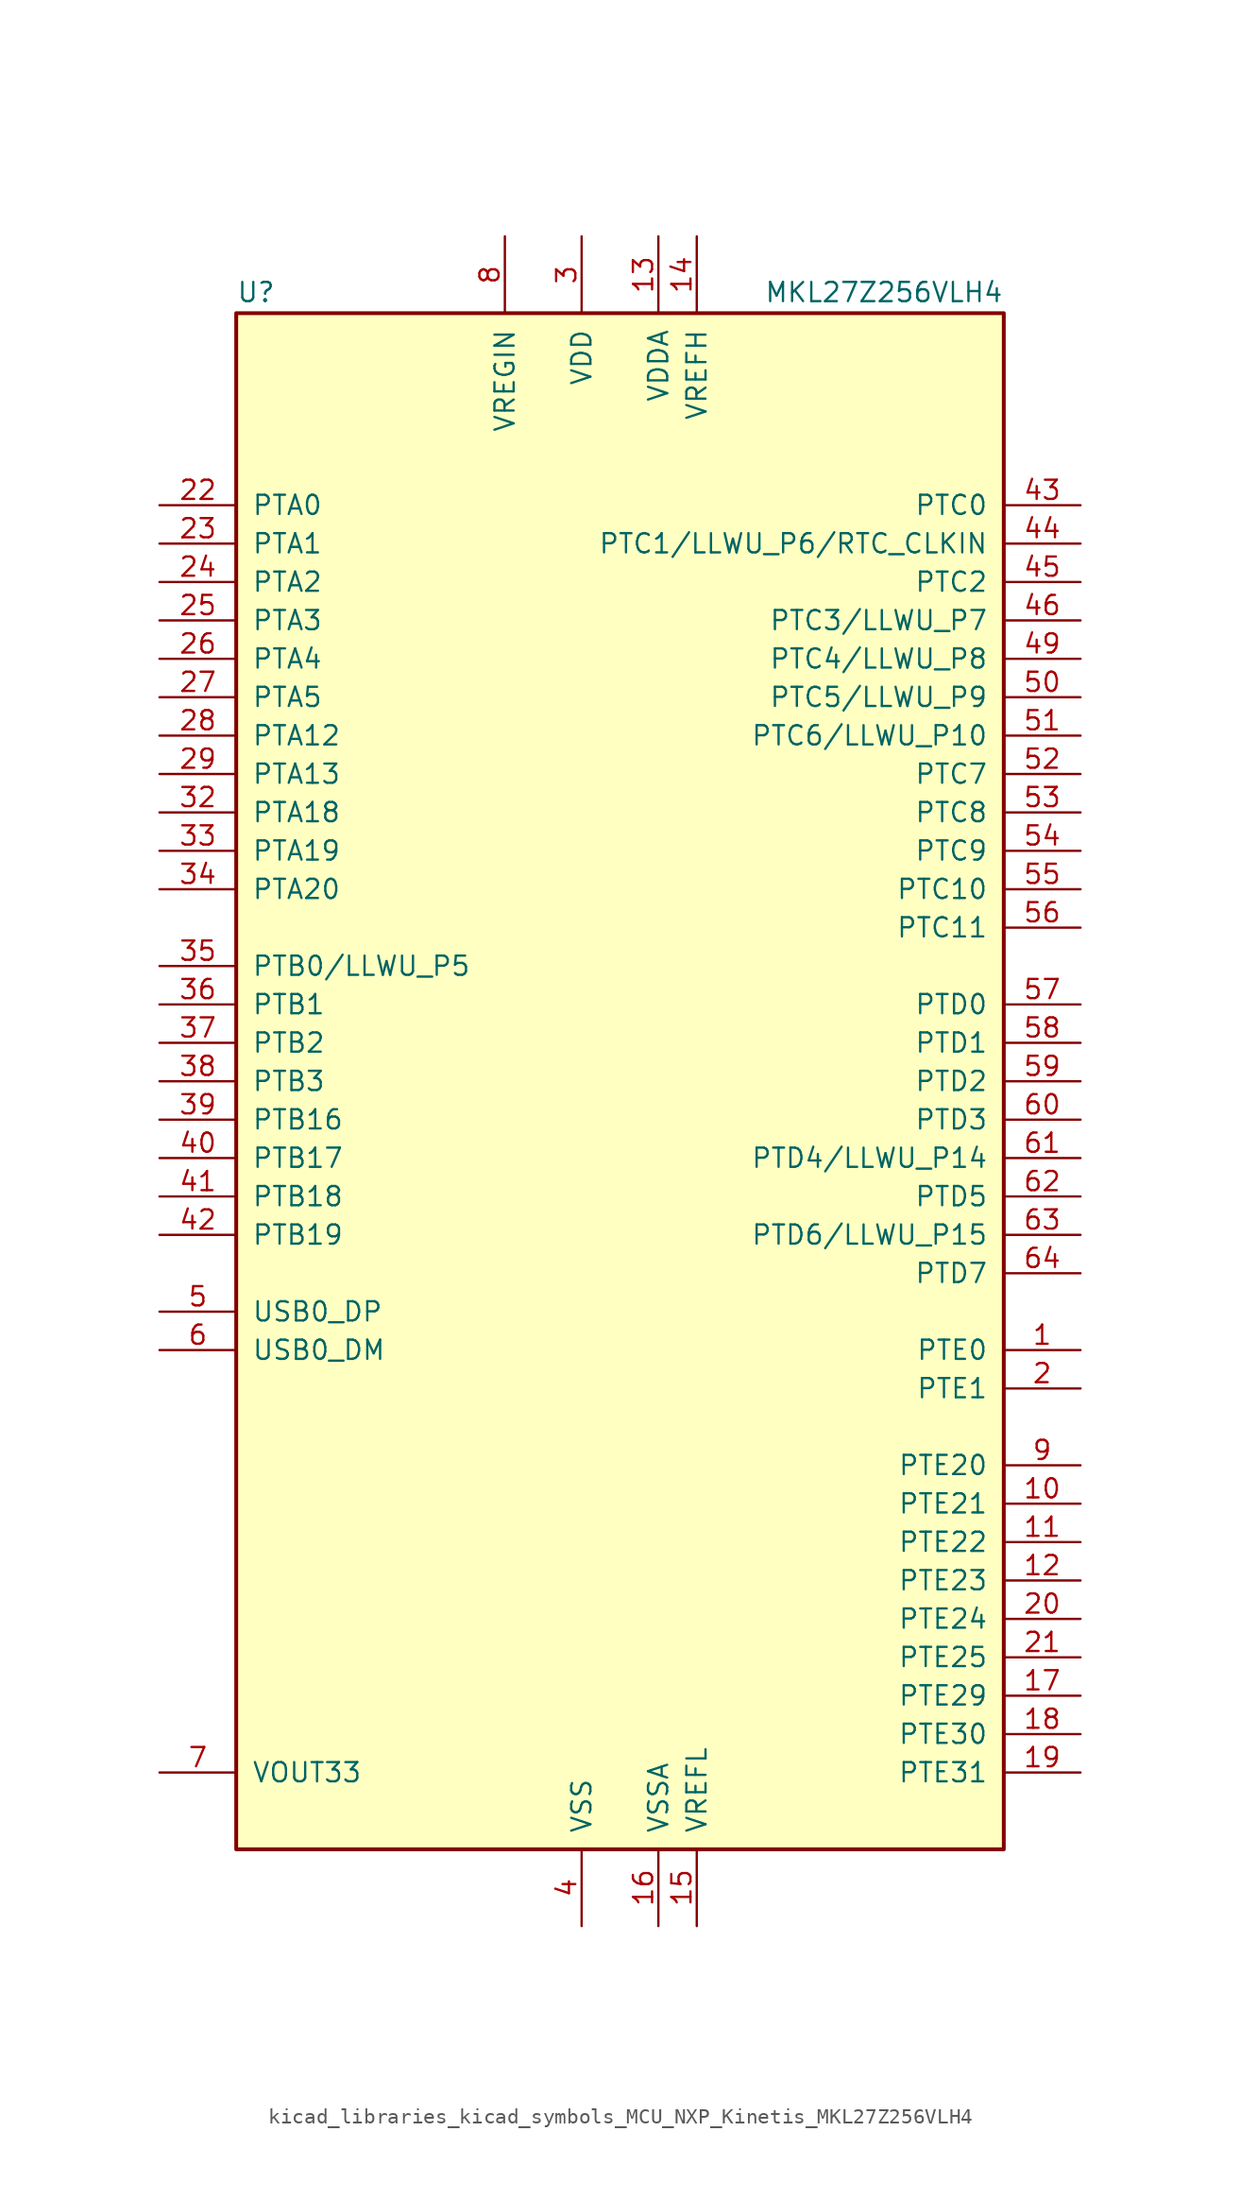
<source format=kicad_sym>
(kicad_symbol_lib
  (version 20220914)
  (generator kicad_symbol_editor)
  (symbol "kicad_libraries_kicad_symbols_MCU_NXP_Kinetis_MKL27Z256VLH4"
    (pin_names
      (offset 1.016))
    (property "Reference" "U"
      (at -25.4 51.435 0)
      (effects (font (size 1.27 1.27)) (justify left bottom)))
    (property "Value" "MKL27Z256VLH4"
      (at 25.4 51.435 0)
      (effects (font (size 1.27 1.27)) (justify right bottom)))
    (symbol "kicad_libraries_kicad_symbols_MCU_NXP_Kinetis_MKL27Z256VLH4_0_1"
      (rectangle (start -25.4 50.8) (end 25.4 -50.8) (stroke (width 0.254) (type default)) (fill (type background))))
    (symbol "kicad_libraries_kicad_symbols_MCU_NXP_Kinetis_MKL27Z256VLH4_1_1"
      (pin bidirectional line (at 30.48 -17.78 180) (length 5.08) (name "PTE0" (effects (font (size 1.27 1.27)))) (number "1" (effects (font (size 1.27 1.27)))))
      (pin bidirectional line (at 30.48 -27.94 180) (length 5.08) (name "PTE21" (effects (font (size 1.27 1.27)))) (number "10" (effects (font (size 1.27 1.27)))))
      (pin bidirectional line (at 30.48 -30.48 180) (length 5.08) (name "PTE22" (effects (font (size 1.27 1.27)))) (number "11" (effects (font (size 1.27 1.27)))))
      (pin bidirectional line (at 30.48 -33.02 180) (length 5.08) (name "PTE23" (effects (font (size 1.27 1.27)))) (number "12" (effects (font (size 1.27 1.27)))))
      (pin power_in line (at 2.54 55.88 270) (length 5.08) (name "VDDA" (effects (font (size 1.27 1.27)))) (number "13" (effects (font (size 1.27 1.27)))))
      (pin power_in line (at 5.08 55.88 270) (length 5.08) (name "VREFH" (effects (font (size 1.27 1.27)))) (number "14" (effects (font (size 1.27 1.27)))))
      (pin power_in line (at 5.08 -55.88 90) (length 5.08) (name "VREFL" (effects (font (size 1.27 1.27)))) (number "15" (effects (font (size 1.27 1.27)))))
      (pin power_in line (at 2.54 -55.88 90) (length 5.08) (name "VSSA" (effects (font (size 1.27 1.27)))) (number "16" (effects (font (size 1.27 1.27)))))
      (pin bidirectional line (at 30.48 -40.64 180) (length 5.08) (name "PTE29" (effects (font (size 1.27 1.27)))) (number "17" (effects (font (size 1.27 1.27)))))
      (pin bidirectional line (at 30.48 -43.18 180) (length 5.08) (name "PTE30" (effects (font (size 1.27 1.27)))) (number "18" (effects (font (size 1.27 1.27)))))
      (pin bidirectional line (at 30.48 -45.72 180) (length 5.08) (name "PTE31" (effects (font (size 1.27 1.27)))) (number "19" (effects (font (size 1.27 1.27)))))
      (pin bidirectional line (at 30.48 -20.32 180) (length 5.08) (name "PTE1" (effects (font (size 1.27 1.27)))) (number "2" (effects (font (size 1.27 1.27)))))
      (pin bidirectional line (at 30.48 -35.56 180) (length 5.08) (name "PTE24" (effects (font (size 1.27 1.27)))) (number "20" (effects (font (size 1.27 1.27)))))
      (pin bidirectional line (at 30.48 -38.1 180) (length 5.08) (name "PTE25" (effects (font (size 1.27 1.27)))) (number "21" (effects (font (size 1.27 1.27)))))
      (pin bidirectional line (at -30.48 38.1 0) (length 5.08) (name "PTA0" (effects (font (size 1.27 1.27)))) (number "22" (effects (font (size 1.27 1.27)))))
      (pin bidirectional line (at -30.48 35.56 0) (length 5.08) (name "PTA1" (effects (font (size 1.27 1.27)))) (number "23" (effects (font (size 1.27 1.27)))))
      (pin bidirectional line (at -30.48 33.02 0) (length 5.08) (name "PTA2" (effects (font (size 1.27 1.27)))) (number "24" (effects (font (size 1.27 1.27)))))
      (pin bidirectional line (at -30.48 30.48 0) (length 5.08) (name "PTA3" (effects (font (size 1.27 1.27)))) (number "25" (effects (font (size 1.27 1.27)))))
      (pin bidirectional line (at -30.48 27.94 0) (length 5.08) (name "PTA4" (effects (font (size 1.27 1.27)))) (number "26" (effects (font (size 1.27 1.27)))))
      (pin bidirectional line (at -30.48 25.4 0) (length 5.08) (name "PTA5" (effects (font (size 1.27 1.27)))) (number "27" (effects (font (size 1.27 1.27)))))
      (pin bidirectional line (at -30.48 22.86 0) (length 5.08) (name "PTA12" (effects (font (size 1.27 1.27)))) (number "28" (effects (font (size 1.27 1.27)))))
      (pin bidirectional line (at -30.48 20.32 0) (length 5.08) (name "PTA13" (effects (font (size 1.27 1.27)))) (number "29" (effects (font (size 1.27 1.27)))))
      (pin power_in line (at -2.54 55.88 270) (length 5.08) (name "VDD" (effects (font (size 1.27 1.27)))) (number "3" (effects (font (size 1.27 1.27)))))
      (pin passive line (at -2.54 55.88 270) (length 5.08) hide (name "VDD" (effects (font (size 1.27 1.27)))) (number "30" (effects (font (size 1.27 1.27)))))
      (pin passive line (at -2.54 -55.88 90) (length 5.08) hide (name "VSS" (effects (font (size 1.27 1.27)))) (number "31" (effects (font (size 1.27 1.27)))))
      (pin bidirectional line (at -30.48 17.78 0) (length 5.08) (name "PTA18" (effects (font (size 1.27 1.27)))) (number "32" (effects (font (size 1.27 1.27)))))
      (pin bidirectional line (at -30.48 15.24 0) (length 5.08) (name "PTA19" (effects (font (size 1.27 1.27)))) (number "33" (effects (font (size 1.27 1.27)))))
      (pin bidirectional line (at -30.48 12.7 0) (length 5.08) (name "PTA20" (effects (font (size 1.27 1.27)))) (number "34" (effects (font (size 1.27 1.27)))))
      (pin bidirectional line (at -30.48 7.62 0) (length 5.08) (name "PTB0/LLWU_P5" (effects (font (size 1.27 1.27)))) (number "35" (effects (font (size 1.27 1.27)))))
      (pin bidirectional line (at -30.48 5.08 0) (length 5.08) (name "PTB1" (effects (font (size 1.27 1.27)))) (number "36" (effects (font (size 1.27 1.27)))))
      (pin bidirectional line (at -30.48 2.54 0) (length 5.08) (name "PTB2" (effects (font (size 1.27 1.27)))) (number "37" (effects (font (size 1.27 1.27)))))
      (pin bidirectional line (at -30.48 0 0) (length 5.08) (name "PTB3" (effects (font (size 1.27 1.27)))) (number "38" (effects (font (size 1.27 1.27)))))
      (pin bidirectional line (at -30.48 -2.54 0) (length 5.08) (name "PTB16" (effects (font (size 1.27 1.27)))) (number "39" (effects (font (size 1.27 1.27)))))
      (pin power_in line (at -2.54 -55.88 90) (length 5.08) (name "VSS" (effects (font (size 1.27 1.27)))) (number "4" (effects (font (size 1.27 1.27)))))
      (pin bidirectional line (at -30.48 -5.08 0) (length 5.08) (name "PTB17" (effects (font (size 1.27 1.27)))) (number "40" (effects (font (size 1.27 1.27)))))
      (pin bidirectional line (at -30.48 -7.62 0) (length 5.08) (name "PTB18" (effects (font (size 1.27 1.27)))) (number "41" (effects (font (size 1.27 1.27)))))
      (pin bidirectional line (at -30.48 -10.16 0) (length 5.08) (name "PTB19" (effects (font (size 1.27 1.27)))) (number "42" (effects (font (size 1.27 1.27)))))
      (pin bidirectional line (at 30.48 38.1 180) (length 5.08) (name "PTC0" (effects (font (size 1.27 1.27)))) (number "43" (effects (font (size 1.27 1.27)))))
      (pin bidirectional line (at 30.48 35.56 180) (length 5.08) (name "PTC1/LLWU_P6/RTC_CLKIN" (effects (font (size 1.27 1.27)))) (number "44" (effects (font (size 1.27 1.27)))))
      (pin bidirectional line (at 30.48 33.02 180) (length 5.08) (name "PTC2" (effects (font (size 1.27 1.27)))) (number "45" (effects (font (size 1.27 1.27)))))
      (pin bidirectional line (at 30.48 30.48 180) (length 5.08) (name "PTC3/LLWU_P7" (effects (font (size 1.27 1.27)))) (number "46" (effects (font (size 1.27 1.27)))))
      (pin passive line (at -2.54 -55.88 90) (length 5.08) hide (name "VSS" (effects (font (size 1.27 1.27)))) (number "47" (effects (font (size 1.27 1.27)))))
      (pin passive line (at -2.54 55.88 270) (length 5.08) hide (name "VDD" (effects (font (size 1.27 1.27)))) (number "48" (effects (font (size 1.27 1.27)))))
      (pin bidirectional line (at 30.48 27.94 180) (length 5.08) (name "PTC4/LLWU_P8" (effects (font (size 1.27 1.27)))) (number "49" (effects (font (size 1.27 1.27)))))
      (pin bidirectional line (at -30.48 -15.24 0) (length 5.08) (name "USB0_DP" (effects (font (size 1.27 1.27)))) (number "5" (effects (font (size 1.27 1.27)))))
      (pin bidirectional line (at 30.48 25.4 180) (length 5.08) (name "PTC5/LLWU_P9" (effects (font (size 1.27 1.27)))) (number "50" (effects (font (size 1.27 1.27)))))
      (pin bidirectional line (at 30.48 22.86 180) (length 5.08) (name "PTC6/LLWU_P10" (effects (font (size 1.27 1.27)))) (number "51" (effects (font (size 1.27 1.27)))))
      (pin bidirectional line (at 30.48 20.32 180) (length 5.08) (name "PTC7" (effects (font (size 1.27 1.27)))) (number "52" (effects (font (size 1.27 1.27)))))
      (pin bidirectional line (at 30.48 17.78 180) (length 5.08) (name "PTC8" (effects (font (size 1.27 1.27)))) (number "53" (effects (font (size 1.27 1.27)))))
      (pin bidirectional line (at 30.48 15.24 180) (length 5.08) (name "PTC9" (effects (font (size 1.27 1.27)))) (number "54" (effects (font (size 1.27 1.27)))))
      (pin bidirectional line (at 30.48 12.7 180) (length 5.08) (name "PTC10" (effects (font (size 1.27 1.27)))) (number "55" (effects (font (size 1.27 1.27)))))
      (pin bidirectional line (at 30.48 10.16 180) (length 5.08) (name "PTC11" (effects (font (size 1.27 1.27)))) (number "56" (effects (font (size 1.27 1.27)))))
      (pin bidirectional line (at 30.48 5.08 180) (length 5.08) (name "PTD0" (effects (font (size 1.27 1.27)))) (number "57" (effects (font (size 1.27 1.27)))))
      (pin bidirectional line (at 30.48 2.54 180) (length 5.08) (name "PTD1" (effects (font (size 1.27 1.27)))) (number "58" (effects (font (size 1.27 1.27)))))
      (pin bidirectional line (at 30.48 0 180) (length 5.08) (name "PTD2" (effects (font (size 1.27 1.27)))) (number "59" (effects (font (size 1.27 1.27)))))
      (pin bidirectional line (at -30.48 -17.78 0) (length 5.08) (name "USB0_DM" (effects (font (size 1.27 1.27)))) (number "6" (effects (font (size 1.27 1.27)))))
      (pin bidirectional line (at 30.48 -2.54 180) (length 5.08) (name "PTD3" (effects (font (size 1.27 1.27)))) (number "60" (effects (font (size 1.27 1.27)))))
      (pin bidirectional line (at 30.48 -5.08 180) (length 5.08) (name "PTD4/LLWU_P14" (effects (font (size 1.27 1.27)))) (number "61" (effects (font (size 1.27 1.27)))))
      (pin bidirectional line (at 30.48 -7.62 180) (length 5.08) (name "PTD5" (effects (font (size 1.27 1.27)))) (number "62" (effects (font (size 1.27 1.27)))))
      (pin bidirectional line (at 30.48 -10.16 180) (length 5.08) (name "PTD6/LLWU_P15" (effects (font (size 1.27 1.27)))) (number "63" (effects (font (size 1.27 1.27)))))
      (pin bidirectional line (at 30.48 -12.7 180) (length 5.08) (name "PTD7" (effects (font (size 1.27 1.27)))) (number "64" (effects (font (size 1.27 1.27)))))
      (pin power_out line (at -30.48 -45.72 0) (length 5.08) (name "VOUT33" (effects (font (size 1.27 1.27)))) (number "7" (effects (font (size 1.27 1.27)))))
      (pin power_in line (at -7.62 55.88 270) (length 5.08) (name "VREGIN" (effects (font (size 1.27 1.27)))) (number "8" (effects (font (size 1.27 1.27)))))
      (pin bidirectional line (at 30.48 -25.4 180) (length 5.08) (name "PTE20" (effects (font (size 1.27 1.27)))) (number "9" (effects (font (size 1.27 1.27))))))))
</source>
